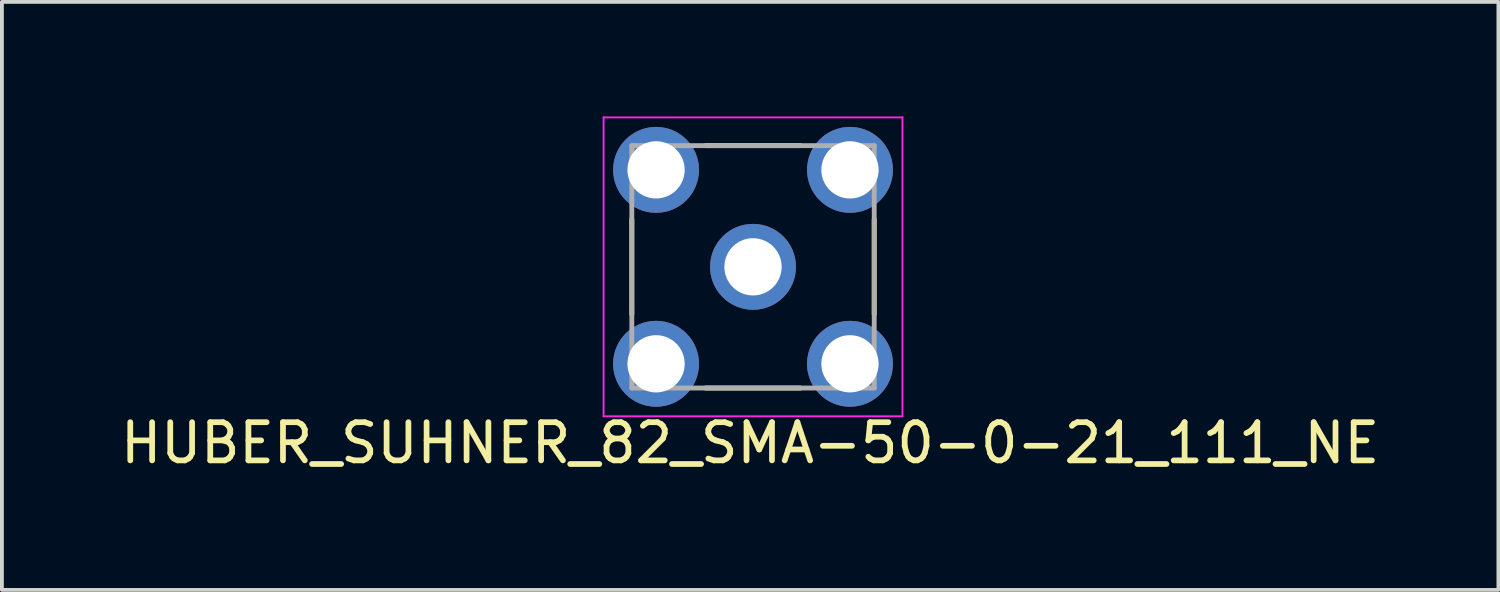
<source format=kicad_pcb>
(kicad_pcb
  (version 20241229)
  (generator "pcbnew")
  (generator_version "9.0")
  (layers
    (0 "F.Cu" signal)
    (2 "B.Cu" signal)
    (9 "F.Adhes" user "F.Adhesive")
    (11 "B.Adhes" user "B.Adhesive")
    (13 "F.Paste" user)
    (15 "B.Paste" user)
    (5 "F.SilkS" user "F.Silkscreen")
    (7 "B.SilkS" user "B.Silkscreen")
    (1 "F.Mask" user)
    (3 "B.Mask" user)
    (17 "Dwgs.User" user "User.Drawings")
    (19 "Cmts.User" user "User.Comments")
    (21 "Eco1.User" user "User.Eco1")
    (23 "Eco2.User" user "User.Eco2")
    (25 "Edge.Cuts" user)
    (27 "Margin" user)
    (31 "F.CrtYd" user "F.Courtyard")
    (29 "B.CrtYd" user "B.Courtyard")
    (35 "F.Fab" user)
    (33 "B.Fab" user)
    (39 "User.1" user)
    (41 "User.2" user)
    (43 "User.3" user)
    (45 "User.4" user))
  (footprint "HUBER_SUHNER_82_SMA-50-0-21_111_NE"
    (layer "F.Cu")
    (at 16.676 3.94)
    (property "Reference" "HUBER_SUHNER_82_SMA-50-0-21_111_NE" (at -0.075 4.615 0) (layer "F.SilkS") (effects (font (size 1 1) (thickness 0.15))))
    (attr through_hole)
    (fp_line (start -3.175 1.242) (end -3.175 -1.242) (stroke (width 0.127) (type solid)) (layer "F.SilkS"))
    (fp_line (start -1.242 -3.175) (end 1.242 -3.175) (stroke (width 0.127) (type solid)) (layer "F.SilkS"))
    (fp_line (start 1.242 3.175) (end -1.242 3.175) (stroke (width 0.127) (type solid)) (layer "F.SilkS"))
    (fp_line (start 3.175 -1.242) (end 3.175 1.242) (stroke (width 0.127) (type solid)) (layer "F.SilkS"))
    (fp_line (start -3.915 -3.915) (end 3.915 -3.915) (stroke (width 0.05) (type solid)) (layer "F.CrtYd"))
    (fp_line (start -3.915 3.915) (end -3.915 -3.915) (stroke (width 0.05) (type solid)) (layer "F.CrtYd"))
    (fp_line (start 3.915 -3.915) (end 3.915 3.915) (stroke (width 0.05) (type solid)) (layer "F.CrtYd"))
    (fp_line (start 3.915 3.915) (end -3.915 3.915) (stroke (width 0.05) (type solid)) (layer "F.CrtYd"))
    (fp_line (start -3.175 -3.175) (end -3.175 3.175) (stroke (width 0.127) (type solid)) (layer "F.Fab"))
    (fp_line (start -3.175 3.175) (end 3.175 3.175) (stroke (width 0.127) (type solid)) (layer "F.Fab"))
    (fp_line (start 3.175 -3.175) (end -3.175 -3.175) (stroke (width 0.127) (type solid)) (layer "F.Fab"))
    (fp_line (start 3.175 3.175) (end 3.175 -3.175) (stroke (width 0.127) (type solid)) (layer "F.Fab"))
    (pad "1" thru_hole circle (at 0 0) (size 2.25 2.25) (drill 1.5) (layers "*.Cu" "*.Mask"))
    (pad "G1" thru_hole circle (at -2.54 -2.54) (size 2.25 2.25) (drill 1.5) (layers "*.Cu" "*.Mask"))
    (pad "G2" thru_hole circle (at 2.54 -2.54) (size 2.25 2.25) (drill 1.5) (layers "*.Cu" "*.Mask"))
    (pad "G3" thru_hole circle (at -2.54 2.54) (size 2.25 2.25) (drill 1.5) (layers "*.Cu" "*.Mask"))
    (pad "G4" thru_hole circle (at 2.54 2.54) (size 2.25 2.25) (drill 1.5) (layers "*.Cu" "*.Mask")))
  (gr_rect
    (start -3 -3)
    (end 36.202 12.403)
    (stroke (width 0.1) (type default))
    (fill no)
    (layer "Edge.Cuts")))
</source>
